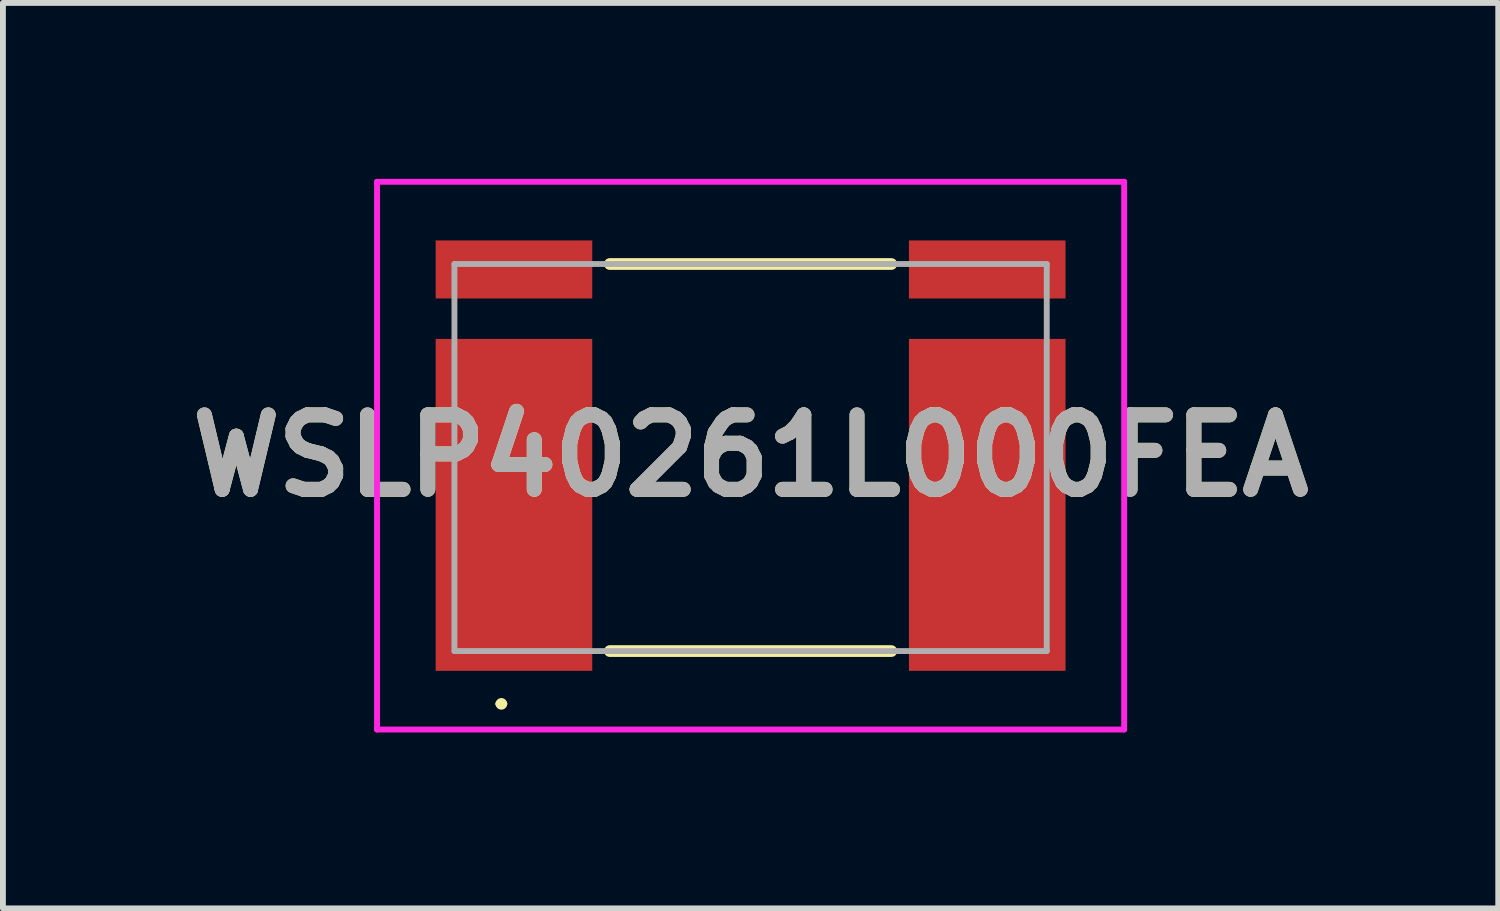
<source format=kicad_pcb>
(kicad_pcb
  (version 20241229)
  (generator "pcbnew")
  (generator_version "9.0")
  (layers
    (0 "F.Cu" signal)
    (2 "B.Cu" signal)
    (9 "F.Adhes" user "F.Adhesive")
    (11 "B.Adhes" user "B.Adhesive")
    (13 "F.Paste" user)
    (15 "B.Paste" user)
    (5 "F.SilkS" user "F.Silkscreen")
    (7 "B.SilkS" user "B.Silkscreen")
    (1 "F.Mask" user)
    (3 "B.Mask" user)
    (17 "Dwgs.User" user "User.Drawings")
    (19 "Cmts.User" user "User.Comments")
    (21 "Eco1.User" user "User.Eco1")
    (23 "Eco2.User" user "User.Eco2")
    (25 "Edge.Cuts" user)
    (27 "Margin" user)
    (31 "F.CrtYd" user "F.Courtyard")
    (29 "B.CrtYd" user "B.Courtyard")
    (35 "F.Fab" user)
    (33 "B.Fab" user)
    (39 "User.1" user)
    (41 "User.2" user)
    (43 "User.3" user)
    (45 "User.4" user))
  (footprint "WSLP40261L000FEA"
    (layer "F.Cu")
    (at 9.749 4.752)
    (property "Reference" "WSLP40261L000FEA" (at 0 -0.032 0) (layer "F.SilkS") (effects (font (size 1.27 1.27) (thickness 0.254))))
    (attr smd)
    (fp_line (start -4.3 4.2) (end -4.3 4.2) (stroke (width 0.1) (type solid)) (layer "F.SilkS"))
    (fp_line (start -4.2 4.2) (end -4.2 4.2) (stroke (width 0.1) (type solid)) (layer "F.SilkS"))
    (fp_line (start -2.4 -3.3) (end 2.4 -3.3) (stroke (width 0.2) (type solid)) (layer "F.SilkS"))
    (fp_line (start -2.4 3.3) (end 2.4 3.3) (stroke (width 0.2) (type solid)) (layer "F.SilkS"))
    (fp_arc (start -4.3 4.2) (mid -4.25 4.15) (end -4.2 4.2) (stroke (width 0.1) (type solid)) (layer "F.SilkS"))
    (fp_arc (start -4.2 4.2) (mid -4.25 4.25) (end -4.3 4.2) (stroke (width 0.1) (type solid)) (layer "F.SilkS"))
    (fp_line (start -6.37 -4.702) (end 6.37 -4.702) (stroke (width 0.1) (type solid)) (layer "F.CrtYd"))
    (fp_line (start -6.37 4.638) (end -6.37 -4.702) (stroke (width 0.1) (type solid)) (layer "F.CrtYd"))
    (fp_line (start 6.37 -4.702) (end 6.37 4.638) (stroke (width 0.1) (type solid)) (layer "F.CrtYd"))
    (fp_line (start 6.37 4.638) (end -6.37 4.638) (stroke (width 0.1) (type solid)) (layer "F.CrtYd"))
    (fp_line (start -5.05 -3.3) (end 5.05 -3.3) (stroke (width 0.1) (type solid)) (layer "F.Fab"))
    (fp_line (start -5.05 3.3) (end -5.05 -3.3) (stroke (width 0.1) (type solid)) (layer "F.Fab"))
    (fp_line (start 5.05 -3.3) (end 5.05 3.3) (stroke (width 0.1) (type solid)) (layer "F.Fab"))
    (fp_line (start 5.05 3.3) (end -5.05 3.3) (stroke (width 0.1) (type solid)) (layer "F.Fab"))
    (fp_text user "${REFERENCE}" (at 0 -0.032 0) (layer "F.Fab") (effects (font (size 1.27 1.27) (thickness 0.254))))
    (pad "1" smd rect (at -4.035 0.807) (size 2.67 5.66) (layers "F.Cu" "F.Mask" "F.Paste"))
    (pad "2" smd rect (at 4.035 0.807) (size 2.67 5.66) (layers "F.Cu" "F.Mask" "F.Paste"))
    (pad "3" smd rect (at 4.035 -3.207 90) (size 0.99 2.67) (layers "F.Cu" "F.Mask" "F.Paste"))
    (pad "4" smd rect (at -4.035 -3.207 90) (size 0.99 2.67) (layers "F.Cu" "F.Mask" "F.Paste")))
  (gr_rect
    (start -3 -3)
    (end 22.498 12.44)
    (stroke (width 0.1) (type default))
    (fill no)
    (layer "Edge.Cuts")))
</source>
